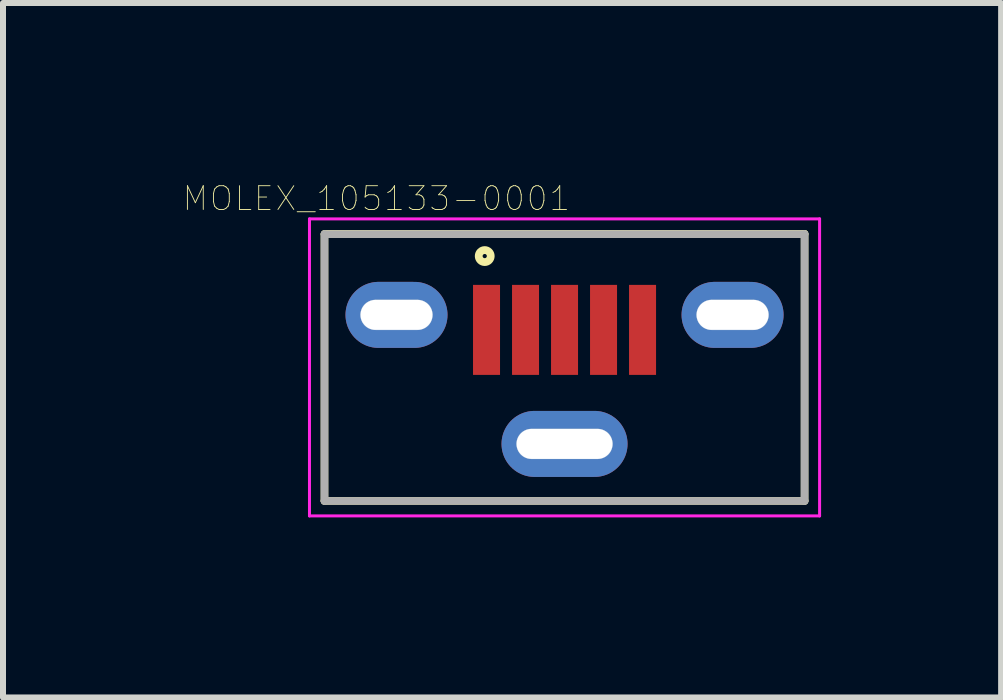
<source format=kicad_pcb>
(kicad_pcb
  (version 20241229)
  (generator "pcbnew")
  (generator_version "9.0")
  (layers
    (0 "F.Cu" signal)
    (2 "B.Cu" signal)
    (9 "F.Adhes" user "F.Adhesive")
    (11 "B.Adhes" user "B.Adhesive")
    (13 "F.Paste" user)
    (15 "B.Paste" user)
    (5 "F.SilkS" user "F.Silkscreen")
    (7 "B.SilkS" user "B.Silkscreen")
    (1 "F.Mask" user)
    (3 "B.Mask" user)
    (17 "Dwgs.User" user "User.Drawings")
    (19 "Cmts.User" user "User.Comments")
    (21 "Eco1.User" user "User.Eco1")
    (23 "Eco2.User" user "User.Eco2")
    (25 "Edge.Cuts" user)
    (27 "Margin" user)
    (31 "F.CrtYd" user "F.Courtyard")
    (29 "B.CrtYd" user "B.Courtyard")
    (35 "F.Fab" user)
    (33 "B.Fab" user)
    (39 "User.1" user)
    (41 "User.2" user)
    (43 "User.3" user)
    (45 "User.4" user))
  (footprint "MOLEX_105133-0001"
    (layer "F.Cu")
    (at 6.357 2.197)
    (property "Reference" "MOLEX_105133-0001" (at -3.135 -1.939 0) (layer "F.SilkS") (effects (font (size 0.396 0.396) (thickness 0.015))))
    (attr through_hole)
    (fp_poly (pts (xy -3.945 -0.75) (xy -1.675 -0.75) (xy -1.675 0.754) (xy -3.945 0.754)) (stroke (width 0.01) (type solid)) (fill yes) (layer "F.Mask"))
    (fp_poly (pts (xy -1.256 1.4) (xy 1.25 1.4) (xy 1.25 2.914) (xy -1.256 2.914)) (stroke (width 0.01) (type solid)) (fill yes) (layer "F.Mask"))
    (fp_poly (pts (xy 1.684 -0.75) (xy 3.925 -0.75) (xy 3.925 0.754) (xy 1.684 0.754)) (stroke (width 0.01) (type solid)) (fill yes) (layer "F.Mask"))
    (fp_poly (pts (xy -3.946 -0.75) (xy -1.675 -0.75) (xy -1.675 0.754) (xy -3.946 0.754)) (stroke (width 0.01) (type solid)) (fill yes) (layer "B.Mask"))
    (fp_poly (pts (xy -1.255 1.4) (xy 1.25 1.4) (xy 1.25 2.912) (xy -1.255 2.912)) (stroke (width 0.01) (type solid)) (fill yes) (layer "B.Mask"))
    (fp_poly (pts (xy 1.687 -0.75) (xy 3.925 -0.75) (xy 3.925 0.755) (xy 1.687 0.755)) (stroke (width 0.01) (type solid)) (fill yes) (layer "B.Mask"))
    (fp_line (start -4 -1.34) (end -4 3.1) (stroke (width 0.127) (type solid)) (layer "F.SilkS"))
    (fp_line (start -4 3.1) (end 4 3.1) (stroke (width 0.127) (type solid)) (layer "F.SilkS"))
    (fp_line (start 4 -1.35) (end -4 -1.35) (stroke (width 0.127) (type solid)) (layer "F.SilkS"))
    (fp_line (start 4 3.1) (end 4 -1.35) (stroke (width 0.127) (type solid)) (layer "F.SilkS"))
    (fp_circle (center -1.33 -0.98) (end -1.23 -0.98) (stroke (width 0.13) (type solid)) (fill no) (layer "F.SilkS"))
    (fp_poly (pts (xy -3.4 0) (xy -3.4 0.013) (xy -3.399 0.026) (xy -3.397 0.039) (xy -3.395 0.052) (xy -3.391 0.065) (xy -3.388 0.077) (xy -3.383 0.09) (xy -3.378 0.102) (xy -3.373 0.113) (xy -3.367 0.125) (xy -3.36 0.136) (xy -3.352 0.147) (xy -3.344 0.157) (xy -3.336 0.167) (xy -3.327 0.177) (xy -3.317 0.186) (xy -3.307 0.194) (xy -3.297 0.202) (xy -3.286 0.21) (xy -3.275 0.217) (xy -3.263 0.223) (xy -3.252 0.228) (xy -3.24 0.233) (xy -3.227 0.238) (xy -3.215 0.241) (xy -3.202 0.245) (xy -3.189 0.247) (xy -3.176 0.249) (xy -3.163 0.25) (xy -3.15 0.25) (xy -2.45 0.25) (xy -2.437 0.25) (xy -2.424 0.249) (xy -2.411 0.247) (xy -2.398 0.245) (xy -2.385 0.241) (xy -2.373 0.238) (xy -2.36 0.233) (xy -2.348 0.228) (xy -2.337 0.223) (xy -2.325 0.217) (xy -2.314 0.21) (xy -2.303 0.202) (xy -2.293 0.194) (xy -2.283 0.186) (xy -2.273 0.177) (xy -2.264 0.167) (xy -2.256 0.157) (xy -2.248 0.147) (xy -2.24 0.136) (xy -2.233 0.125) (xy -2.227 0.113) (xy -2.222 0.102) (xy -2.217 0.09) (xy -2.212 0.077) (xy -2.209 0.065) (xy -2.205 0.052) (xy -2.203 0.039) (xy -2.201 0.026) (xy -2.2 0.013) (xy -2.2 0) (xy -2.2 -0.013) (xy -2.201 -0.026) (xy -2.203 -0.039) (xy -2.205 -0.052) (xy -2.209 -0.065) (xy -2.212 -0.077) (xy -2.217 -0.09) (xy -2.222 -0.102) (xy -2.227 -0.113) (xy -2.233 -0.125) (xy -2.24 -0.136) (xy -2.248 -0.147) (xy -2.256 -0.157) (xy -2.264 -0.167) (xy -2.273 -0.177) (xy -2.283 -0.186) (xy -2.293 -0.194) (xy -2.303 -0.202) (xy -2.314 -0.21) (xy -2.325 -0.217) (xy -2.337 -0.223) (xy -2.348 -0.228) (xy -2.36 -0.233) (xy -2.373 -0.238) (xy -2.385 -0.241) (xy -2.398 -0.245) (xy -2.411 -0.247) (xy -2.424 -0.249) (xy -2.437 -0.25) (xy -2.45 -0.25) (xy -2.8 -0.25) (xy -2.8 -0.55) (xy -2.45 -0.55) (xy -2.421 -0.549) (xy -2.393 -0.547) (xy -2.364 -0.543) (xy -2.336 -0.538) (xy -2.308 -0.531) (xy -2.28 -0.523) (xy -2.253 -0.513) (xy -2.226 -0.502) (xy -2.2 -0.49) (xy -2.175 -0.476) (xy -2.15 -0.461) (xy -2.127 -0.445) (xy -2.104 -0.427) (xy -2.082 -0.409) (xy -2.061 -0.389) (xy -2.041 -0.368) (xy -2.023 -0.346) (xy -2.005 -0.323) (xy -1.989 -0.3) (xy -1.974 -0.275) (xy -1.96 -0.25) (xy -1.948 -0.224) (xy -1.937 -0.197) (xy -1.927 -0.17) (xy -1.919 -0.142) (xy -1.912 -0.114) (xy -1.907 -0.086) (xy -1.903 -0.057) (xy -1.901 -0.029) (xy -1.9 0) (xy -1.901 0.029) (xy -1.903 0.057) (xy -1.907 0.086) (xy -1.912 0.114) (xy -1.919 0.142) (xy -1.927 0.17) (xy -1.937 0.197) (xy -1.948 0.224) (xy -1.96 0.25) (xy -1.974 0.275) (xy -1.989 0.3) (xy -2.005 0.323) (xy -2.023 0.346) (xy -2.041 0.368) (xy -2.061 0.389) (xy -2.082 0.409) (xy -2.104 0.427) (xy -2.127 0.445) (xy -2.15 0.461) (xy -2.175 0.476) (xy -2.2 0.49) (xy -2.226 0.502) (xy -2.253 0.513) (xy -2.28 0.523) (xy -2.308 0.531) (xy -2.336 0.538) (xy -2.364 0.543) (xy -2.393 0.547) (xy -2.421 0.549) (xy -2.45 0.55) (xy -3.15 0.55) (xy -3.179 0.549) (xy -3.207 0.547) (xy -3.236 0.543) (xy -3.264 0.538) (xy -3.292 0.531) (xy -3.32 0.523) (xy -3.347 0.513) (xy -3.374 0.502) (xy -3.4 0.49) (xy -3.425 0.476) (xy -3.45 0.461) (xy -3.473 0.445) (xy -3.496 0.427) (xy -3.518 0.409) (xy -3.539 0.389) (xy -3.559 0.368) (xy -3.577 0.346) (xy -3.595 0.323) (xy -3.611 0.3) (xy -3.626 0.275) (xy -3.64 0.25) (xy -3.652 0.224) (xy -3.663 0.197) (xy -3.673 0.17) (xy -3.681 0.142) (xy -3.688 0.114) (xy -3.693 0.086) (xy -3.697 0.057) (xy -3.699 0.029) (xy -3.7 0) (xy -3.699 -0.029) (xy -3.697 -0.057) (xy -3.693 -0.086) (xy -3.688 -0.114) (xy -3.681 -0.142) (xy -3.673 -0.17) (xy -3.663 -0.197) (xy -3.652 -0.224) (xy -3.64 -0.25) (xy -3.626 -0.275) (xy -3.611 -0.3) (xy -3.595 -0.323) (xy -3.577 -0.346) (xy -3.559 -0.368) (xy -3.539 -0.389) (xy -3.518 -0.409) (xy -3.496 -0.427) (xy -3.473 -0.445) (xy -3.45 -0.461) (xy -3.425 -0.476) (xy -3.4 -0.49) (xy -3.374 -0.502) (xy -3.347 -0.513) (xy -3.32 -0.523) (xy -3.292 -0.531) (xy -3.264 -0.538) (xy -3.236 -0.543) (xy -3.207 -0.547) (xy -3.179 -0.549) (xy -3.15 -0.55) (xy -2.8 -0.55) (xy -2.8 -0.25) (xy -3.15 -0.25) (xy -3.163 -0.25) (xy -3.176 -0.249) (xy -3.189 -0.247) (xy -3.202 -0.245) (xy -3.215 -0.241) (xy -3.227 -0.238) (xy -3.24 -0.233) (xy -3.252 -0.228) (xy -3.263 -0.223) (xy -3.275 -0.217) (xy -3.286 -0.21) (xy -3.297 -0.202) (xy -3.307 -0.194) (xy -3.317 -0.186) (xy -3.327 -0.177) (xy -3.336 -0.167) (xy -3.344 -0.157) (xy -3.352 -0.147) (xy -3.36 -0.136) (xy -3.367 -0.125) (xy -3.373 -0.113) (xy -3.378 -0.102) (xy -3.383 -0.09) (xy -3.388 -0.077) (xy -3.391 -0.065) (xy -3.395 -0.052) (xy -3.397 -0.039) (xy -3.399 -0.026) (xy -3.4 -0.013) (xy -3.4 0)) (stroke (width 0.005) (type solid)) (fill yes) (layer "F.Paste"))
    (fp_poly (pts (xy 0 1.9) (xy 0 1.6) (xy -0.55 1.6) (xy -0.579 1.601) (xy -0.607 1.603) (xy -0.636 1.607) (xy -0.664 1.612) (xy -0.692 1.619) (xy -0.72 1.627) (xy -0.747 1.637) (xy -0.774 1.648) (xy -0.8 1.66) (xy -0.825 1.674) (xy -0.85 1.689) (xy -0.873 1.705) (xy -0.896 1.723) (xy -0.918 1.741) (xy -0.939 1.761) (xy -0.959 1.782) (xy -0.977 1.804) (xy -0.995 1.827) (xy -1.011 1.85) (xy -1.026 1.875) (xy -1.04 1.9) (xy -1.052 1.926) (xy -1.063 1.953) (xy -1.073 1.98) (xy -1.081 2.008) (xy -1.088 2.036) (xy -1.093 2.064) (xy -1.097 2.093) (xy -1.099 2.121) (xy -1.1 2.15) (xy -1.099 2.179) (xy -1.097 2.207) (xy -1.093 2.236) (xy -1.088 2.264) (xy -1.081 2.292) (xy -1.073 2.32) (xy -1.063 2.347) (xy -1.052 2.374) (xy -1.04 2.4) (xy -1.026 2.425) (xy -1.011 2.45) (xy -0.995 2.473) (xy -0.977 2.496) (xy -0.959 2.518) (xy -0.939 2.539) (xy -0.918 2.559) (xy -0.896 2.577) (xy -0.873 2.595) (xy -0.85 2.611) (xy -0.825 2.626) (xy -0.8 2.64) (xy -0.774 2.652) (xy -0.747 2.663) (xy -0.72 2.673) (xy -0.692 2.681) (xy -0.664 2.688) (xy -0.636 2.693) (xy -0.607 2.697) (xy -0.579 2.699) (xy -0.55 2.7) (xy 0.55 2.7) (xy 0.579 2.699) (xy 0.607 2.697) (xy 0.636 2.693) (xy 0.664 2.688) (xy 0.692 2.681) (xy 0.72 2.673) (xy 0.747 2.663) (xy 0.774 2.652) (xy 0.8 2.64) (xy 0.825 2.626) (xy 0.85 2.611) (xy 0.873 2.595) (xy 0.896 2.577) (xy 0.918 2.559) (xy 0.939 2.539) (xy 0.959 2.518) (xy 0.977 2.496) (xy 0.995 2.473) (xy 1.011 2.45) (xy 1.026 2.425) (xy 1.04 2.4) (xy 1.052 2.374) (xy 1.063 2.347) (xy 1.073 2.32) (xy 1.081 2.292) (xy 1.088 2.264) (xy 1.093 2.236) (xy 1.097 2.207) (xy 1.099 2.179) (xy 1.1 2.15) (xy 1.099 2.121) (xy 1.097 2.093) (xy 1.093 2.064) (xy 1.088 2.036) (xy 1.081 2.008) (xy 1.073 1.98) (xy 1.063 1.953) (xy 1.052 1.926) (xy 1.04 1.9) (xy 1.026 1.875) (xy 1.011 1.85) (xy 0.995 1.827) (xy 0.977 1.804) (xy 0.959 1.782) (xy 0.939 1.761) (xy 0.918 1.741) (xy 0.896 1.723) (xy 0.873 1.705) (xy 0.85 1.689) (xy 0.825 1.674) (xy 0.8 1.66) (xy 0.774 1.648) (xy 0.747 1.637) (xy 0.72 1.627) (xy 0.692 1.619) (xy 0.664 1.612) (xy 0.636 1.607) (xy 0.607 1.603) (xy 0.579 1.601) (xy 0.55 1.6) (xy 0 1.6) (xy 0 1.9) (xy 0.55 1.9) (xy 0.563 1.9) (xy 0.576 1.901) (xy 0.589 1.903) (xy 0.602 1.905) (xy 0.615 1.909) (xy 0.627 1.912) (xy 0.64 1.917) (xy 0.652 1.922) (xy 0.663 1.927) (xy 0.675 1.933) (xy 0.686 1.94) (xy 0.697 1.948) (xy 0.707 1.956) (xy 0.717 1.964) (xy 0.727 1.973) (xy 0.736 1.983) (xy 0.744 1.993) (xy 0.752 2.003) (xy 0.76 2.014) (xy 0.767 2.025) (xy 0.773 2.037) (xy 0.778 2.048) (xy 0.783 2.06) (xy 0.788 2.073) (xy 0.791 2.085) (xy 0.795 2.098) (xy 0.797 2.111) (xy 0.799 2.124) (xy 0.8 2.137) (xy 0.8 2.15) (xy 0.8 2.163) (xy 0.799 2.176) (xy 0.797 2.189) (xy 0.795 2.202) (xy 0.791 2.215) (xy 0.788 2.227) (xy 0.783 2.24) (xy 0.778 2.252) (xy 0.773 2.263) (xy 0.767 2.275) (xy 0.76 2.286) (xy 0.752 2.297) (xy 0.744 2.307) (xy 0.736 2.317) (xy 0.727 2.327) (xy 0.717 2.336) (xy 0.707 2.344) (xy 0.697 2.352) (xy 0.686 2.36) (xy 0.675 2.367) (xy 0.663 2.373) (xy 0.652 2.378) (xy 0.64 2.383) (xy 0.627 2.388) (xy 0.615 2.391) (xy 0.602 2.395) (xy 0.589 2.397) (xy 0.576 2.399) (xy 0.563 2.4) (xy 0.55 2.4) (xy -0.55 2.4) (xy -0.563 2.4) (xy -0.576 2.399) (xy -0.589 2.397) (xy -0.602 2.395) (xy -0.615 2.391) (xy -0.627 2.388) (xy -0.64 2.383) (xy -0.652 2.378) (xy -0.663 2.373) (xy -0.675 2.367) (xy -0.686 2.36) (xy -0.697 2.352) (xy -0.707 2.344) (xy -0.717 2.336) (xy -0.727 2.327) (xy -0.736 2.317) (xy -0.744 2.307) (xy -0.752 2.297) (xy -0.76 2.286) (xy -0.767 2.275) (xy -0.773 2.263) (xy -0.778 2.252) (xy -0.783 2.24) (xy -0.788 2.227) (xy -0.791 2.215) (xy -0.795 2.202) (xy -0.797 2.189) (xy -0.799 2.176) (xy -0.8 2.163) (xy -0.8 2.15) (xy -0.8 2.137) (xy -0.799 2.124) (xy -0.797 2.111) (xy -0.795 2.098) (xy -0.791 2.085) (xy -0.788 2.073) (xy -0.783 2.06) (xy -0.778 2.048) (xy -0.773 2.037) (xy -0.767 2.025) (xy -0.76 2.014) (xy -0.752 2.003) (xy -0.744 1.993) (xy -0.736 1.983) (xy -0.727 1.973) (xy -0.717 1.964) (xy -0.707 1.956) (xy -0.697 1.948) (xy -0.686 1.94) (xy -0.675 1.933) (xy -0.663 1.927) (xy -0.652 1.922) (xy -0.64 1.917) (xy -0.627 1.912) (xy -0.615 1.909) (xy -0.602 1.905) (xy -0.589 1.903) (xy -0.576 1.901) (xy -0.563 1.9) (xy -0.55 1.9) (xy 0 1.9)) (stroke (width 0.005) (type solid)) (fill yes) (layer "F.Paste"))
    (fp_poly (pts (xy 2.199 0.001) (xy 2.2 0.014) (xy 2.201 0.027) (xy 2.202 0.04) (xy 2.205 0.053) (xy 2.208 0.066) (xy 2.212 0.078) (xy 2.216 0.091) (xy 2.221 0.103) (xy 2.227 0.115) (xy 2.233 0.126) (xy 2.24 0.137) (xy 2.247 0.148) (xy 2.255 0.159) (xy 2.264 0.168) (xy 2.273 0.178) (xy 2.282 0.187) (xy 2.292 0.195) (xy 2.302 0.203) (xy 2.313 0.211) (xy 2.324 0.218) (xy 2.336 0.224) (xy 2.348 0.23) (xy 2.36 0.235) (xy 2.372 0.239) (xy 2.385 0.243) (xy 2.397 0.246) (xy 2.41 0.248) (xy 2.423 0.25) (xy 2.436 0.251) (xy 2.449 0.251) (xy 3.149 0.251) (xy 3.163 0.251) (xy 3.176 0.25) (xy 3.189 0.248) (xy 3.201 0.246) (xy 3.214 0.243) (xy 3.227 0.239) (xy 3.239 0.235) (xy 3.251 0.23) (xy 3.263 0.224) (xy 3.274 0.218) (xy 3.286 0.211) (xy 3.296 0.203) (xy 3.307 0.195) (xy 3.317 0.187) (xy 3.326 0.178) (xy 3.335 0.168) (xy 3.344 0.159) (xy 3.352 0.148) (xy 3.359 0.137) (xy 3.366 0.126) (xy 3.372 0.115) (xy 3.378 0.103) (xy 3.383 0.091) (xy 3.387 0.078) (xy 3.391 0.066) (xy 3.394 0.053) (xy 3.396 0.04) (xy 3.398 0.027) (xy 3.399 0.014) (xy 3.399 0.001) (xy 3.399 -0.012) (xy 3.398 -0.025) (xy 3.396 -0.038) (xy 3.394 -0.051) (xy 3.391 -0.064) (xy 3.387 -0.076) (xy 3.383 -0.088) (xy 3.378 -0.1) (xy 3.372 -0.112) (xy 3.366 -0.124) (xy 3.359 -0.135) (xy 3.352 -0.146) (xy 3.344 -0.156) (xy 3.335 -0.166) (xy 3.326 -0.176) (xy 3.317 -0.185) (xy 3.307 -0.193) (xy 3.296 -0.201) (xy 3.286 -0.208) (xy 3.274 -0.215) (xy 3.263 -0.222) (xy 3.251 -0.227) (xy 3.239 -0.232) (xy 3.227 -0.237) (xy 3.214 -0.24) (xy 3.201 -0.243) (xy 3.189 -0.246) (xy 3.176 -0.247) (xy 3.163 -0.248) (xy 3.149 -0.249) (xy 2.799 -0.249) (xy 2.799 -0.549) (xy 3.149 -0.549) (xy 3.178 -0.548) (xy 3.207 -0.546) (xy 3.235 -0.542) (xy 3.264 -0.537) (xy 3.292 -0.53) (xy 3.319 -0.522) (xy 3.347 -0.512) (xy 3.373 -0.501) (xy 3.399 -0.489) (xy 3.424 -0.475) (xy 3.449 -0.46) (xy 3.473 -0.444) (xy 3.496 -0.426) (xy 3.517 -0.408) (xy 3.538 -0.388) (xy 3.558 -0.367) (xy 3.577 -0.345) (xy 3.594 -0.322) (xy 3.611 -0.298) (xy 3.626 -0.274) (xy 3.639 -0.248) (xy 3.652 -0.223) (xy 3.663 -0.196) (xy 3.672 -0.169) (xy 3.681 -0.141) (xy 3.687 -0.113) (xy 3.693 -0.085) (xy 3.696 -0.056) (xy 3.699 -0.028) (xy 3.699 0.001) (xy 3.699 0.03) (xy 3.696 0.059) (xy 3.693 0.087) (xy 3.687 0.116) (xy 3.681 0.144) (xy 3.672 0.171) (xy 3.663 0.198) (xy 3.652 0.225) (xy 3.639 0.251) (xy 3.626 0.276) (xy 3.611 0.301) (xy 3.594 0.324) (xy 3.577 0.347) (xy 3.558 0.369) (xy 3.538 0.39) (xy 3.517 0.41) (xy 3.496 0.429) (xy 3.473 0.446) (xy 3.449 0.462) (xy 3.424 0.478) (xy 3.399 0.491) (xy 3.373 0.504) (xy 3.347 0.515) (xy 3.319 0.524) (xy 3.292 0.532) (xy 3.264 0.539) (xy 3.235 0.544) (xy 3.207 0.548) (xy 3.178 0.55) (xy 3.149 0.551) (xy 2.449 0.551) (xy 2.421 0.55) (xy 2.392 0.548) (xy 2.363 0.544) (xy 2.335 0.539) (xy 2.307 0.532) (xy 2.279 0.524) (xy 2.252 0.515) (xy 2.226 0.504) (xy 2.2 0.491) (xy 2.174 0.478) (xy 2.15 0.462) (xy 2.126 0.446) (xy 2.103 0.429) (xy 2.081 0.41) (xy 2.061 0.39) (xy 2.041 0.369) (xy 2.022 0.347) (xy 2.004 0.324) (xy 1.988 0.301) (xy 1.973 0.276) (xy 1.959 0.251) (xy 1.947 0.225) (xy 1.936 0.198) (xy 1.926 0.171) (xy 1.918 0.144) (xy 1.911 0.116) (xy 1.906 0.087) (xy 1.902 0.059) (xy 1.9 0.03) (xy 1.899 0.001) (xy 1.9 -0.028) (xy 1.902 -0.056) (xy 1.906 -0.085) (xy 1.911 -0.113) (xy 1.918 -0.141) (xy 1.926 -0.169) (xy 1.936 -0.196) (xy 1.947 -0.223) (xy 1.959 -0.248) (xy 1.973 -0.274) (xy 1.988 -0.298) (xy 2.004 -0.322) (xy 2.022 -0.345) (xy 2.041 -0.367) (xy 2.061 -0.388) (xy 2.081 -0.408) (xy 2.103 -0.426) (xy 2.126 -0.444) (xy 2.15 -0.46) (xy 2.174 -0.475) (xy 2.2 -0.489) (xy 2.226 -0.501) (xy 2.252 -0.512) (xy 2.279 -0.522) (xy 2.307 -0.53) (xy 2.335 -0.537) (xy 2.363 -0.542) (xy 2.392 -0.546) (xy 2.421 -0.548) (xy 2.449 -0.549) (xy 2.799 -0.549) (xy 2.799 -0.249) (xy 2.449 -0.249) (xy 2.436 -0.248) (xy 2.423 -0.247) (xy 2.41 -0.246) (xy 2.397 -0.243) (xy 2.385 -0.24) (xy 2.372 -0.237) (xy 2.36 -0.232) (xy 2.348 -0.227) (xy 2.336 -0.222) (xy 2.324 -0.215) (xy 2.313 -0.208) (xy 2.302 -0.201) (xy 2.292 -0.193) (xy 2.282 -0.185) (xy 2.273 -0.176) (xy 2.264 -0.166) (xy 2.255 -0.156) (xy 2.247 -0.146) (xy 2.24 -0.135) (xy 2.233 -0.124) (xy 2.227 -0.112) (xy 2.221 -0.1) (xy 2.216 -0.088) (xy 2.212 -0.076) (xy 2.208 -0.064) (xy 2.205 -0.051) (xy 2.202 -0.038) (xy 2.201 -0.025) (xy 2.2 -0.012) (xy 2.199 0.001)) (stroke (width 0.005) (type solid)) (fill yes) (layer "F.Paste"))
    (fp_poly (pts (xy -2.2 0) (xy -2.2 -0.013) (xy -2.201 -0.026) (xy -2.203 -0.039) (xy -2.205 -0.052) (xy -2.209 -0.065) (xy -2.212 -0.077) (xy -2.217 -0.09) (xy -2.222 -0.102) (xy -2.227 -0.113) (xy -2.233 -0.125) (xy -2.24 -0.136) (xy -2.248 -0.147) (xy -2.256 -0.157) (xy -2.264 -0.167) (xy -2.273 -0.177) (xy -2.283 -0.186) (xy -2.293 -0.194) (xy -2.303 -0.202) (xy -2.314 -0.21) (xy -2.325 -0.217) (xy -2.337 -0.223) (xy -2.348 -0.228) (xy -2.36 -0.233) (xy -2.373 -0.238) (xy -2.385 -0.241) (xy -2.398 -0.245) (xy -2.411 -0.247) (xy -2.424 -0.249) (xy -2.437 -0.25) (xy -2.45 -0.25) (xy -3.15 -0.25) (xy -3.163 -0.25) (xy -3.176 -0.249) (xy -3.189 -0.247) (xy -3.202 -0.245) (xy -3.215 -0.241) (xy -3.227 -0.238) (xy -3.24 -0.233) (xy -3.252 -0.228) (xy -3.263 -0.223) (xy -3.275 -0.217) (xy -3.286 -0.21) (xy -3.297 -0.202) (xy -3.307 -0.194) (xy -3.317 -0.186) (xy -3.327 -0.177) (xy -3.336 -0.167) (xy -3.344 -0.157) (xy -3.352 -0.147) (xy -3.36 -0.136) (xy -3.367 -0.125) (xy -3.373 -0.113) (xy -3.378 -0.102) (xy -3.383 -0.09) (xy -3.388 -0.077) (xy -3.391 -0.065) (xy -3.395 -0.052) (xy -3.397 -0.039) (xy -3.399 -0.026) (xy -3.4 -0.013) (xy -3.4 0) (xy -3.4 0.013) (xy -3.399 0.026) (xy -3.397 0.039) (xy -3.395 0.052) (xy -3.391 0.065) (xy -3.388 0.077) (xy -3.383 0.09) (xy -3.378 0.102) (xy -3.373 0.113) (xy -3.367 0.125) (xy -3.36 0.136) (xy -3.352 0.147) (xy -3.344 0.157) (xy -3.336 0.167) (xy -3.327 0.177) (xy -3.317 0.186) (xy -3.307 0.194) (xy -3.297 0.202) (xy -3.286 0.21) (xy -3.275 0.217) (xy -3.263 0.223) (xy -3.252 0.228) (xy -3.24 0.233) (xy -3.227 0.238) (xy -3.215 0.241) (xy -3.202 0.245) (xy -3.189 0.247) (xy -3.176 0.249) (xy -3.163 0.25) (xy -3.15 0.25) (xy -2.8 0.25) (xy -2.8 0.55) (xy -3.15 0.55) (xy -3.179 0.549) (xy -3.207 0.547) (xy -3.236 0.543) (xy -3.264 0.538) (xy -3.292 0.531) (xy -3.32 0.523) (xy -3.347 0.513) (xy -3.374 0.502) (xy -3.4 0.49) (xy -3.425 0.476) (xy -3.45 0.461) (xy -3.473 0.445) (xy -3.496 0.427) (xy -3.518 0.409) (xy -3.539 0.389) (xy -3.559 0.368) (xy -3.577 0.346) (xy -3.595 0.323) (xy -3.611 0.3) (xy -3.626 0.275) (xy -3.64 0.25) (xy -3.652 0.224) (xy -3.663 0.197) (xy -3.673 0.17) (xy -3.681 0.142) (xy -3.688 0.114) (xy -3.693 0.086) (xy -3.697 0.057) (xy -3.699 0.029) (xy -3.7 0) (xy -3.699 -0.029) (xy -3.697 -0.057) (xy -3.693 -0.086) (xy -3.688 -0.114) (xy -3.681 -0.142) (xy -3.673 -0.17) (xy -3.663 -0.197) (xy -3.652 -0.224) (xy -3.64 -0.25) (xy -3.626 -0.275) (xy -3.611 -0.3) (xy -3.595 -0.323) (xy -3.577 -0.346) (xy -3.559 -0.368) (xy -3.539 -0.389) (xy -3.518 -0.409) (xy -3.496 -0.427) (xy -3.473 -0.445) (xy -3.45 -0.461) (xy -3.425 -0.476) (xy -3.4 -0.49) (xy -3.374 -0.502) (xy -3.347 -0.513) (xy -3.32 -0.523) (xy -3.292 -0.531) (xy -3.264 -0.538) (xy -3.236 -0.543) (xy -3.207 -0.547) (xy -3.179 -0.549) (xy -3.15 -0.55) (xy -2.45 -0.55) (xy -2.421 -0.549) (xy -2.393 -0.547) (xy -2.364 -0.543) (xy -2.336 -0.538) (xy -2.308 -0.531) (xy -2.28 -0.523) (xy -2.253 -0.513) (xy -2.226 -0.502) (xy -2.2 -0.49) (xy -2.175 -0.476) (xy -2.15 -0.461) (xy -2.127 -0.445) (xy -2.104 -0.427) (xy -2.082 -0.409) (xy -2.061 -0.389) (xy -2.041 -0.368) (xy -2.023 -0.346) (xy -2.005 -0.323) (xy -1.989 -0.3) (xy -1.974 -0.275) (xy -1.96 -0.25) (xy -1.948 -0.224) (xy -1.937 -0.197) (xy -1.927 -0.17) (xy -1.919 -0.142) (xy -1.912 -0.114) (xy -1.907 -0.086) (xy -1.903 -0.057) (xy -1.901 -0.029) (xy -1.9 0) (xy -1.901 0.029) (xy -1.903 0.057) (xy -1.907 0.086) (xy -1.912 0.114) (xy -1.919 0.142) (xy -1.927 0.17) (xy -1.937 0.197) (xy -1.948 0.224) (xy -1.96 0.25) (xy -1.974 0.275) (xy -1.989 0.3) (xy -2.005 0.323) (xy -2.023 0.346) (xy -2.041 0.368) (xy -2.061 0.389) (xy -2.082 0.409) (xy -2.104 0.427) (xy -2.127 0.445) (xy -2.15 0.461) (xy -2.175 0.476) (xy -2.2 0.49) (xy -2.226 0.502) (xy -2.253 0.513) (xy -2.28 0.523) (xy -2.308 0.531) (xy -2.336 0.538) (xy -2.364 0.543) (xy -2.393 0.547) (xy -2.421 0.549) (xy -2.45 0.55) (xy -2.8 0.55) (xy -2.8 0.25) (xy -2.45 0.25) (xy -2.437 0.25) (xy -2.424 0.249) (xy -2.411 0.247) (xy -2.398 0.245) (xy -2.385 0.241) (xy -2.373 0.238) (xy -2.36 0.233) (xy -2.348 0.228) (xy -2.337 0.223) (xy -2.325 0.217) (xy -2.314 0.21) (xy -2.303 0.202) (xy -2.293 0.194) (xy -2.283 0.186) (xy -2.273 0.177) (xy -2.264 0.167) (xy -2.256 0.157) (xy -2.248 0.147) (xy -2.24 0.136) (xy -2.233 0.125) (xy -2.227 0.113) (xy -2.222 0.102) (xy -2.217 0.09) (xy -2.212 0.077) (xy -2.209 0.065) (xy -2.205 0.052) (xy -2.203 0.039) (xy -2.201 0.026) (xy -2.2 0.013) (xy -2.2 0)) (stroke (width 0.005) (type solid)) (fill yes) (layer "B.Paste"))
    (fp_poly (pts (xy 0 1.9) (xy 0 1.6) (xy -0.55 1.6) (xy -0.579 1.601) (xy -0.607 1.603) (xy -0.636 1.607) (xy -0.664 1.612) (xy -0.692 1.619) (xy -0.72 1.627) (xy -0.747 1.637) (xy -0.774 1.648) (xy -0.8 1.66) (xy -0.825 1.674) (xy -0.85 1.689) (xy -0.873 1.705) (xy -0.896 1.723) (xy -0.918 1.741) (xy -0.939 1.761) (xy -0.959 1.782) (xy -0.977 1.804) (xy -0.995 1.827) (xy -1.011 1.85) (xy -1.026 1.875) (xy -1.04 1.9) (xy -1.052 1.926) (xy -1.063 1.953) (xy -1.073 1.98) (xy -1.081 2.008) (xy -1.088 2.036) (xy -1.093 2.064) (xy -1.097 2.093) (xy -1.099 2.121) (xy -1.1 2.15) (xy -1.099 2.179) (xy -1.097 2.207) (xy -1.093 2.236) (xy -1.088 2.264) (xy -1.081 2.292) (xy -1.073 2.32) (xy -1.063 2.347) (xy -1.052 2.374) (xy -1.04 2.4) (xy -1.026 2.425) (xy -1.011 2.45) (xy -0.995 2.473) (xy -0.977 2.496) (xy -0.959 2.518) (xy -0.939 2.539) (xy -0.918 2.559) (xy -0.896 2.577) (xy -0.873 2.595) (xy -0.85 2.611) (xy -0.825 2.626) (xy -0.8 2.64) (xy -0.774 2.652) (xy -0.747 2.663) (xy -0.72 2.673) (xy -0.692 2.681) (xy -0.664 2.688) (xy -0.636 2.693) (xy -0.607 2.697) (xy -0.579 2.699) (xy -0.55 2.7) (xy 0.55 2.7) (xy 0.579 2.699) (xy 0.607 2.697) (xy 0.636 2.693) (xy 0.664 2.688) (xy 0.692 2.681) (xy 0.72 2.673) (xy 0.747 2.663) (xy 0.774 2.652) (xy 0.8 2.64) (xy 0.825 2.626) (xy 0.85 2.611) (xy 0.873 2.595) (xy 0.896 2.577) (xy 0.918 2.559) (xy 0.939 2.539) (xy 0.959 2.518) (xy 0.977 2.496) (xy 0.995 2.473) (xy 1.011 2.45) (xy 1.026 2.425) (xy 1.04 2.4) (xy 1.052 2.374) (xy 1.063 2.347) (xy 1.073 2.32) (xy 1.081 2.292) (xy 1.088 2.264) (xy 1.093 2.236) (xy 1.097 2.207) (xy 1.099 2.179) (xy 1.1 2.15) (xy 1.099 2.121) (xy 1.097 2.093) (xy 1.093 2.064) (xy 1.088 2.036) (xy 1.081 2.008) (xy 1.073 1.98) (xy 1.063 1.953) (xy 1.052 1.926) (xy 1.04 1.9) (xy 1.026 1.875) (xy 1.011 1.85) (xy 0.995 1.827) (xy 0.977 1.804) (xy 0.959 1.782) (xy 0.939 1.761) (xy 0.918 1.741) (xy 0.896 1.723) (xy 0.873 1.705) (xy 0.85 1.689) (xy 0.825 1.674) (xy 0.8 1.66) (xy 0.774 1.648) (xy 0.747 1.637) (xy 0.72 1.627) (xy 0.692 1.619) (xy 0.664 1.612) (xy 0.636 1.607) (xy 0.607 1.603) (xy 0.579 1.601) (xy 0.55 1.6) (xy 0 1.6) (xy 0 1.9) (xy 0.55 1.9) (xy 0.563 1.9) (xy 0.576 1.901) (xy 0.589 1.903) (xy 0.602 1.905) (xy 0.615 1.909) (xy 0.627 1.912) (xy 0.64 1.917) (xy 0.652 1.922) (xy 0.663 1.927) (xy 0.675 1.933) (xy 0.686 1.94) (xy 0.697 1.948) (xy 0.707 1.956) (xy 0.717 1.964) (xy 0.727 1.973) (xy 0.736 1.983) (xy 0.744 1.993) (xy 0.752 2.003) (xy 0.76 2.014) (xy 0.767 2.025) (xy 0.773 2.037) (xy 0.778 2.048) (xy 0.783 2.06) (xy 0.788 2.073) (xy 0.791 2.085) (xy 0.795 2.098) (xy 0.797 2.111) (xy 0.799 2.124) (xy 0.8 2.137) (xy 0.8 2.15) (xy 0.8 2.163) (xy 0.799 2.176) (xy 0.797 2.189) (xy 0.795 2.202) (xy 0.791 2.215) (xy 0.788 2.227) (xy 0.783 2.24) (xy 0.778 2.252) (xy 0.773 2.263) (xy 0.767 2.275) (xy 0.76 2.286) (xy 0.752 2.297) (xy 0.744 2.307) (xy 0.736 2.317) (xy 0.727 2.327) (xy 0.717 2.336) (xy 0.707 2.344) (xy 0.697 2.352) (xy 0.686 2.36) (xy 0.675 2.367) (xy 0.663 2.373) (xy 0.652 2.378) (xy 0.64 2.383) (xy 0.627 2.388) (xy 0.615 2.391) (xy 0.602 2.395) (xy 0.589 2.397) (xy 0.576 2.399) (xy 0.563 2.4) (xy 0.55 2.4) (xy -0.55 2.4) (xy -0.563 2.4) (xy -0.576 2.399) (xy -0.589 2.397) (xy -0.602 2.395) (xy -0.615 2.391) (xy -0.627 2.388) (xy -0.64 2.383) (xy -0.652 2.378) (xy -0.663 2.373) (xy -0.675 2.367) (xy -0.686 2.36) (xy -0.697 2.352) (xy -0.707 2.344) (xy -0.717 2.336) (xy -0.727 2.327) (xy -0.736 2.317) (xy -0.744 2.307) (xy -0.752 2.297) (xy -0.76 2.286) (xy -0.767 2.275) (xy -0.773 2.263) (xy -0.778 2.252) (xy -0.783 2.24) (xy -0.788 2.227) (xy -0.791 2.215) (xy -0.795 2.202) (xy -0.797 2.189) (xy -0.799 2.176) (xy -0.8 2.163) (xy -0.8 2.15) (xy -0.8 2.137) (xy -0.799 2.124) (xy -0.797 2.111) (xy -0.795 2.098) (xy -0.791 2.085) (xy -0.788 2.073) (xy -0.783 2.06) (xy -0.778 2.048) (xy -0.773 2.037) (xy -0.767 2.025) (xy -0.76 2.014) (xy -0.752 2.003) (xy -0.744 1.993) (xy -0.736 1.983) (xy -0.727 1.973) (xy -0.717 1.964) (xy -0.707 1.956) (xy -0.697 1.948) (xy -0.686 1.94) (xy -0.675 1.933) (xy -0.663 1.927) (xy -0.652 1.922) (xy -0.64 1.917) (xy -0.627 1.912) (xy -0.615 1.909) (xy -0.602 1.905) (xy -0.589 1.903) (xy -0.576 1.901) (xy -0.563 1.9) (xy -0.55 1.9) (xy 0 1.9)) (stroke (width 0.005) (type solid)) (fill yes) (layer "B.Paste"))
    (fp_poly (pts (xy 3.4 0) (xy 3.4 -0.013) (xy 3.399 -0.026) (xy 3.397 -0.039) (xy 3.395 -0.052) (xy 3.391 -0.065) (xy 3.388 -0.077) (xy 3.383 -0.09) (xy 3.378 -0.102) (xy 3.373 -0.113) (xy 3.367 -0.125) (xy 3.36 -0.136) (xy 3.352 -0.147) (xy 3.344 -0.157) (xy 3.336 -0.167) (xy 3.327 -0.177) (xy 3.317 -0.186) (xy 3.307 -0.194) (xy 3.297 -0.202) (xy 3.286 -0.21) (xy 3.275 -0.217) (xy 3.263 -0.223) (xy 3.252 -0.228) (xy 3.24 -0.233) (xy 3.227 -0.238) (xy 3.215 -0.241) (xy 3.202 -0.245) (xy 3.189 -0.247) (xy 3.176 -0.249) (xy 3.163 -0.25) (xy 3.15 -0.25) (xy 2.45 -0.25) (xy 2.437 -0.25) (xy 2.424 -0.249) (xy 2.411 -0.247) (xy 2.398 -0.245) (xy 2.385 -0.241) (xy 2.373 -0.238) (xy 2.36 -0.233) (xy 2.348 -0.228) (xy 2.337 -0.223) (xy 2.325 -0.217) (xy 2.314 -0.21) (xy 2.303 -0.202) (xy 2.293 -0.194) (xy 2.283 -0.186) (xy 2.273 -0.177) (xy 2.264 -0.167) (xy 2.256 -0.157) (xy 2.248 -0.147) (xy 2.24 -0.136) (xy 2.233 -0.125) (xy 2.227 -0.113) (xy 2.222 -0.102) (xy 2.217 -0.09) (xy 2.212 -0.077) (xy 2.209 -0.065) (xy 2.205 -0.052) (xy 2.203 -0.039) (xy 2.201 -0.026) (xy 2.2 -0.013) (xy 2.2 0) (xy 2.2 0.013) (xy 2.201 0.026) (xy 2.203 0.039) (xy 2.205 0.052) (xy 2.209 0.065) (xy 2.212 0.077) (xy 2.217 0.09) (xy 2.222 0.102) (xy 2.227 0.113) (xy 2.233 0.125) (xy 2.24 0.136) (xy 2.248 0.147) (xy 2.256 0.157) (xy 2.264 0.167) (xy 2.273 0.177) (xy 2.283 0.186) (xy 2.293 0.194) (xy 2.303 0.202) (xy 2.314 0.21) (xy 2.325 0.217) (xy 2.337 0.223) (xy 2.348 0.228) (xy 2.36 0.233) (xy 2.373 0.238) (xy 2.385 0.241) (xy 2.398 0.245) (xy 2.411 0.247) (xy 2.424 0.249) (xy 2.437 0.25) (xy 2.45 0.25) (xy 2.8 0.25) (xy 2.8 0.55) (xy 2.45 0.55) (xy 2.421 0.549) (xy 2.393 0.547) (xy 2.364 0.543) (xy 2.336 0.538) (xy 2.308 0.531) (xy 2.28 0.523) (xy 2.253 0.513) (xy 2.226 0.502) (xy 2.2 0.49) (xy 2.175 0.476) (xy 2.15 0.461) (xy 2.127 0.445) (xy 2.104 0.427) (xy 2.082 0.409) (xy 2.061 0.389) (xy 2.041 0.368) (xy 2.023 0.346) (xy 2.005 0.323) (xy 1.989 0.3) (xy 1.974 0.275) (xy 1.96 0.25) (xy 1.948 0.224) (xy 1.937 0.197) (xy 1.927 0.17) (xy 1.919 0.142) (xy 1.912 0.114) (xy 1.907 0.086) (xy 1.903 0.057) (xy 1.901 0.029) (xy 1.9 0) (xy 1.901 -0.029) (xy 1.903 -0.057) (xy 1.907 -0.086) (xy 1.912 -0.114) (xy 1.919 -0.142) (xy 1.927 -0.17) (xy 1.937 -0.197) (xy 1.948 -0.224) (xy 1.96 -0.25) (xy 1.974 -0.275) (xy 1.989 -0.3) (xy 2.005 -0.323) (xy 2.023 -0.346) (xy 2.041 -0.368) (xy 2.061 -0.389) (xy 2.082 -0.409) (xy 2.104 -0.427) (xy 2.127 -0.445) (xy 2.15 -0.461) (xy 2.175 -0.476) (xy 2.2 -0.49) (xy 2.226 -0.502) (xy 2.253 -0.513) (xy 2.28 -0.523) (xy 2.308 -0.531) (xy 2.336 -0.538) (xy 2.364 -0.543) (xy 2.393 -0.547) (xy 2.421 -0.549) (xy 2.45 -0.55) (xy 3.15 -0.55) (xy 3.179 -0.549) (xy 3.207 -0.547) (xy 3.236 -0.543) (xy 3.264 -0.538) (xy 3.292 -0.531) (xy 3.32 -0.523) (xy 3.347 -0.513) (xy 3.374 -0.502) (xy 3.4 -0.49) (xy 3.425 -0.476) (xy 3.45 -0.461) (xy 3.473 -0.445) (xy 3.496 -0.427) (xy 3.518 -0.409) (xy 3.539 -0.389) (xy 3.559 -0.368) (xy 3.577 -0.346) (xy 3.595 -0.323) (xy 3.611 -0.3) (xy 3.626 -0.275) (xy 3.64 -0.25) (xy 3.652 -0.224) (xy 3.663 -0.197) (xy 3.673 -0.17) (xy 3.681 -0.142) (xy 3.688 -0.114) (xy 3.693 -0.086) (xy 3.697 -0.057) (xy 3.699 -0.029) (xy 3.7 0) (xy 3.699 0.029) (xy 3.697 0.057) (xy 3.693 0.086) (xy 3.688 0.114) (xy 3.681 0.142) (xy 3.673 0.17) (xy 3.663 0.197) (xy 3.652 0.224) (xy 3.64 0.25) (xy 3.626 0.275) (xy 3.611 0.3) (xy 3.595 0.323) (xy 3.577 0.346) (xy 3.559 0.368) (xy 3.539 0.389) (xy 3.518 0.409) (xy 3.496 0.427) (xy 3.473 0.445) (xy 3.45 0.461) (xy 3.425 0.476) (xy 3.4 0.49) (xy 3.374 0.502) (xy 3.347 0.513) (xy 3.32 0.523) (xy 3.292 0.531) (xy 3.264 0.538) (xy 3.236 0.543) (xy 3.207 0.547) (xy 3.179 0.549) (xy 3.15 0.55) (xy 2.8 0.55) (xy 2.8 0.25) (xy 3.15 0.25) (xy 3.163 0.25) (xy 3.176 0.249) (xy 3.189 0.247) (xy 3.202 0.245) (xy 3.215 0.241) (xy 3.227 0.238) (xy 3.24 0.233) (xy 3.252 0.228) (xy 3.263 0.223) (xy 3.275 0.217) (xy 3.286 0.21) (xy 3.297 0.202) (xy 3.307 0.194) (xy 3.317 0.186) (xy 3.327 0.177) (xy 3.336 0.167) (xy 3.344 0.157) (xy 3.352 0.147) (xy 3.36 0.136) (xy 3.367 0.125) (xy 3.373 0.113) (xy 3.378 0.102) (xy 3.383 0.09) (xy 3.388 0.077) (xy 3.391 0.065) (xy 3.395 0.052) (xy 3.397 0.039) (xy 3.399 0.026) (xy 3.4 0.013) (xy 3.4 0)) (stroke (width 0.005) (type solid)) (fill yes) (layer "B.Paste"))
    (fp_line (start -3.15 0.25) (end -2.45 0.25) (stroke (width 0.005) (type solid)) (layer "Edge.Cuts"))
    (fp_line (start -2.45 -0.25) (end -3.15 -0.25) (stroke (width 0.005) (type solid)) (layer "Edge.Cuts"))
    (fp_line (start -0.55 2.4) (end 0.55 2.4) (stroke (width 0.005) (type solid)) (layer "Edge.Cuts"))
    (fp_line (start 0.55 1.9) (end -0.55 1.9) (stroke (width 0.005) (type solid)) (layer "Edge.Cuts"))
    (fp_line (start 2.45 0.25) (end 3.15 0.25) (stroke (width 0.005) (type solid)) (layer "Edge.Cuts"))
    (fp_line (start 3.15 -0.25) (end 2.45 -0.25) (stroke (width 0.005) (type solid)) (layer "Edge.Cuts"))
    (fp_arc (start -3.4 0) (mid -3.326777 -0.176777) (end -3.15 -0.25) (stroke (width 0.005) (type solid)) (layer "Edge.Cuts"))
    (fp_arc (start -3.15 0.25) (mid -3.326777 0.176777) (end -3.4 0) (stroke (width 0.005) (type solid)) (layer "Edge.Cuts"))
    (fp_arc (start -2.45 -0.25) (mid -2.273223 -0.176777) (end -2.2 0) (stroke (width 0.005) (type solid)) (layer "Edge.Cuts"))
    (fp_arc (start -2.2 0) (mid -2.273223 0.176777) (end -2.45 0.25) (stroke (width 0.005) (type solid)) (layer "Edge.Cuts"))
    (fp_arc (start -0.8 2.15) (mid -0.726777 1.973223) (end -0.55 1.9) (stroke (width 0.005) (type solid)) (layer "Edge.Cuts"))
    (fp_arc (start -0.55 2.4) (mid -0.726777 2.326777) (end -0.8 2.15) (stroke (width 0.005) (type solid)) (layer "Edge.Cuts"))
    (fp_arc (start 0.55 1.9) (mid 0.726777 1.973223) (end 0.8 2.15) (stroke (width 0.005) (type solid)) (layer "Edge.Cuts"))
    (fp_arc (start 0.8 2.15) (mid 0.726777 2.326777) (end 0.55 2.4) (stroke (width 0.005) (type solid)) (layer "Edge.Cuts"))
    (fp_arc (start 2.2 0) (mid 2.273223 -0.176777) (end 2.45 -0.25) (stroke (width 0.005) (type solid)) (layer "Edge.Cuts"))
    (fp_arc (start 2.45 0.25) (mid 2.273223 0.176777) (end 2.2 0) (stroke (width 0.005) (type solid)) (layer "Edge.Cuts"))
    (fp_arc (start 3.15 -0.25) (mid 3.326777 -0.176777) (end 3.4 0) (stroke (width 0.005) (type solid)) (layer "Edge.Cuts"))
    (fp_arc (start 3.4 0) (mid 3.326777 0.176777) (end 3.15 0.25) (stroke (width 0.005) (type solid)) (layer "Edge.Cuts"))
    (fp_line (start -4.25 -1.6) (end -4.25 3.35) (stroke (width 0.05) (type solid)) (layer "F.CrtYd"))
    (fp_line (start -4.25 3.35) (end 4.25 3.35) (stroke (width 0.05) (type solid)) (layer "F.CrtYd"))
    (fp_line (start 4.25 -1.6) (end -4.25 -1.6) (stroke (width 0.05) (type solid)) (layer "F.CrtYd"))
    (fp_line (start 4.25 3.35) (end 4.25 -1.6) (stroke (width 0.05) (type solid)) (layer "F.CrtYd"))
    (fp_line (start -4 -1.345) (end -4 3.1) (stroke (width 0.127) (type solid)) (layer "F.Fab"))
    (fp_line (start -4 -1.345) (end 4 -1.345) (stroke (width 0.127) (type solid)) (layer "F.Fab"))
    (fp_line (start -4 3.1) (end 4 3.1) (stroke (width 0.127) (type solid)) (layer "F.Fab"))
    (fp_line (start 4 3.1) (end 4 -1.345) (stroke (width 0.127) (type solid)) (layer "F.Fab"))
    (pad "1" smd rect (at -1.3 0.25) (size 0.45 1.5) (layers "F.Cu" "F.Mask" "F.Paste"))
    (pad "2" smd rect (at -0.65 0.25) (size 0.45 1.5) (layers "F.Cu" "F.Mask" "F.Paste"))
    (pad "3" smd rect (at 0 0.25) (size 0.45 1.5) (layers "F.Cu" "F.Mask" "F.Paste"))
    (pad "4" smd rect (at 0.65 0.25) (size 0.45 1.5) (layers "F.Cu" "F.Mask" "F.Paste"))
    (pad "5" smd rect (at 1.3 0.25) (size 0.45 1.5) (layers "F.Cu" "F.Mask" "F.Paste"))
    (pad "S1" thru_hole oval (at -2.8 0) (size 1.7 1.1) (drill oval 1.2 0.5) (layers "*.Cu" "*.Mask"))
    (pad "S2" thru_hole oval (at 2.8 0) (size 1.7 1.1) (drill oval 1.2 0.5) (layers "*.Cu" "*.Mask"))
    (pad "S3" thru_hole oval (at 0 2.15) (size 2.1 1.1) (drill oval 1.6 0.5) (layers "*.Cu" "*.Mask")))
  (gr_rect
    (start -3 -3)
    (end 13.632 8.572)
    (stroke (width 0.1) (type default))
    (fill no)
    (layer "Edge.Cuts")))
</source>
